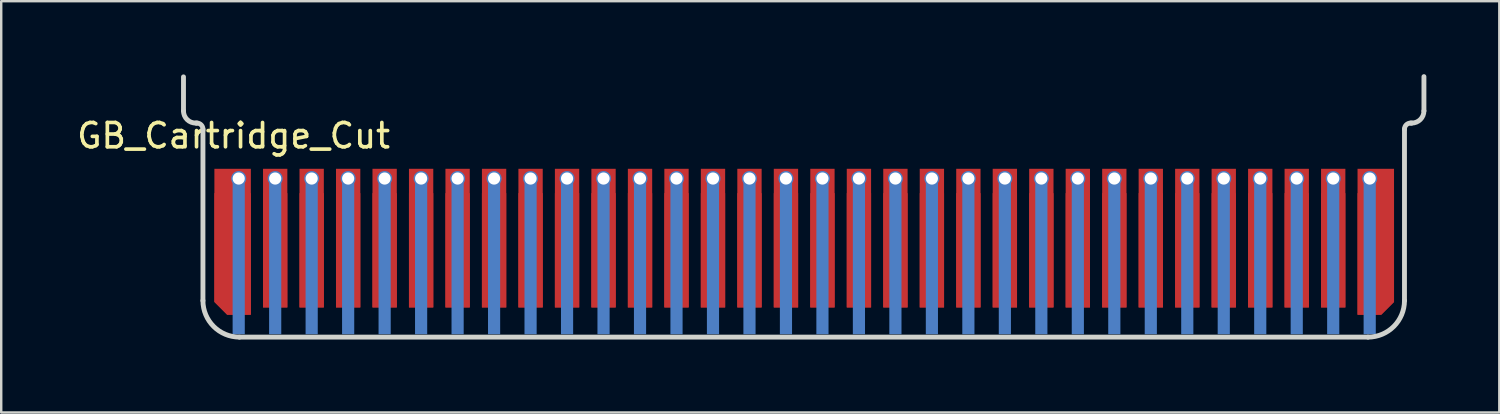
<source format=kicad_pcb>
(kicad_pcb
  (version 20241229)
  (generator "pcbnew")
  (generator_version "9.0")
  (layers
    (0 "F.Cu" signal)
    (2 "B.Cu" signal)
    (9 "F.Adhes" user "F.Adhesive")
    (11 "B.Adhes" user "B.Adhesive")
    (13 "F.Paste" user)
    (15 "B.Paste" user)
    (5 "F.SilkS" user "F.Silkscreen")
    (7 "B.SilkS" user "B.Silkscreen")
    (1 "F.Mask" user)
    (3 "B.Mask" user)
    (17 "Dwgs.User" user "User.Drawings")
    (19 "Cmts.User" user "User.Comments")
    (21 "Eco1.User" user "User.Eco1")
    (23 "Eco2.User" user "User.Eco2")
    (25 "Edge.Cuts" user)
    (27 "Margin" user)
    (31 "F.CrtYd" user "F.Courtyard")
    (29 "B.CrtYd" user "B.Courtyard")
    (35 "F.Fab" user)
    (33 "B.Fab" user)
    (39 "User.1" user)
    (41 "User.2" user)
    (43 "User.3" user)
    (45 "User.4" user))
  (footprint "GB_Cartridge_Cut"
    (layer "F.Cu")
    (at 30.014 6.74)
    (property "Reference" "GB_Cartridge_Cut" (at -23.46 -4.21 0) (unlocked yes) (layer "F.SilkS") (effects (font (size 1 1) (thickness 0.15))))
    (attr smd)
    (fp_poly (pts (xy -24.48 3.44) (xy -24.75 2.62) (xy -24.7 -1.85) (xy 24.7 -1.85) (xy 24.7 1.05) (xy 24.69 2.59) (xy 24.37 3.47) (xy 23.73 3.98) (xy -23.79 3.99)) (stroke (width 0) (type solid)) (fill yes) (layer "F.Mask"))
    (fp_rect (start -22.7 3.95) (end -22.3 -1.85) (stroke (width 0.01) (type solid)) (fill yes) (layer "B.Mask"))
    (fp_rect (start -21.2 3.95) (end -20.8 -1.85) (stroke (width 0.01) (type solid)) (fill yes) (layer "B.Mask"))
    (fp_rect (start -19.7 3.95) (end -19.3 -1.85) (stroke (width 0.01) (type solid)) (fill yes) (layer "B.Mask"))
    (fp_rect (start -18.2 3.95) (end -17.8 -1.85) (stroke (width 0.01) (type solid)) (fill yes) (layer "B.Mask"))
    (fp_rect (start -16.7 3.95) (end -16.3 -1.85) (stroke (width 0.01) (type solid)) (fill yes) (layer "B.Mask"))
    (fp_rect (start -15.2 3.95) (end -14.8 -1.85) (stroke (width 0.01) (type solid)) (fill yes) (layer "B.Mask"))
    (fp_rect (start -13.7 3.95) (end -13.3 -1.85) (stroke (width 0.01) (type solid)) (fill yes) (layer "B.Mask"))
    (fp_rect (start -12.2 3.95) (end -11.8 -1.85) (stroke (width 0.01) (type solid)) (fill yes) (layer "B.Mask"))
    (fp_rect (start -10.7 3.95) (end -10.3 -1.85) (stroke (width 0.01) (type solid)) (fill yes) (layer "B.Mask"))
    (fp_rect (start -9.2 3.95) (end -8.8 -1.85) (stroke (width 0.01) (type solid)) (fill yes) (layer "B.Mask"))
    (fp_rect (start -7.7 3.95) (end -7.3 -1.85) (stroke (width 0.01) (type solid)) (fill yes) (layer "B.Mask"))
    (fp_rect (start -6.2 3.95) (end -5.8 -1.85) (stroke (width 0.01) (type solid)) (fill yes) (layer "B.Mask"))
    (fp_rect (start -4.7 3.95) (end -4.3 -1.85) (stroke (width 0.01) (type solid)) (fill yes) (layer "B.Mask"))
    (fp_rect (start -3.2 3.95) (end -2.8 -1.85) (stroke (width 0.01) (type solid)) (fill yes) (layer "B.Mask"))
    (fp_rect (start -1.7 3.95) (end -1.3 -1.85) (stroke (width 0.01) (type solid)) (fill yes) (layer "B.Mask"))
    (fp_rect (start -0.2 3.95) (end 0.2 -1.85) (stroke (width 0.01) (type solid)) (fill yes) (layer "B.Mask"))
    (fp_rect (start 1.3 3.95) (end 1.7 -1.85) (stroke (width 0.01) (type solid)) (fill yes) (layer "B.Mask"))
    (fp_rect (start 2.8 3.95) (end 3.2 -1.85) (stroke (width 0.01) (type solid)) (fill yes) (layer "B.Mask"))
    (fp_rect (start 4.3 3.95) (end 4.7 -1.85) (stroke (width 0.01) (type solid)) (fill yes) (layer "B.Mask"))
    (fp_rect (start 5.8 3.95) (end 6.2 -1.85) (stroke (width 0.01) (type solid)) (fill yes) (layer "B.Mask"))
    (fp_rect (start 7.3 3.95) (end 7.7 -1.85) (stroke (width 0.01) (type solid)) (fill yes) (layer "B.Mask"))
    (fp_rect (start 8.8 3.95) (end 9.2 -1.85) (stroke (width 0.01) (type solid)) (fill yes) (layer "B.Mask"))
    (fp_rect (start 10.3 3.95) (end 10.7 -1.85) (stroke (width 0.01) (type solid)) (fill yes) (layer "B.Mask"))
    (fp_rect (start 11.8 3.95) (end 12.2 -1.85) (stroke (width 0.01) (type solid)) (fill yes) (layer "B.Mask"))
    (fp_rect (start 13.3 3.95) (end 13.7 -1.85) (stroke (width 0.01) (type solid)) (fill yes) (layer "B.Mask"))
    (fp_rect (start 14.8 3.95) (end 15.2 -1.85) (stroke (width 0.01) (type solid)) (fill yes) (layer "B.Mask"))
    (fp_rect (start 16.3 3.95) (end 16.7 -1.85) (stroke (width 0.01) (type solid)) (fill yes) (layer "B.Mask"))
    (fp_rect (start 17.8 3.95) (end 18.2 -1.85) (stroke (width 0.01) (type solid)) (fill yes) (layer "B.Mask"))
    (fp_rect (start 19.3 3.95) (end 19.7 -1.85) (stroke (width 0.01) (type solid)) (fill yes) (layer "B.Mask"))
    (fp_rect (start 20.8 3.95) (end 21.2 -1.85) (stroke (width 0.01) (type solid)) (fill yes) (layer "B.Mask"))
    (fp_rect (start 22.3 3.95) (end 22.7 -1.85) (stroke (width 0.01) (type solid)) (fill yes) (layer "B.Mask"))
    (fp_poly (pts (xy -24.75 2.64) (xy -24.49 3.42) (xy -23.8 3.95) (xy -23.8 -1.85) (xy -24.7 -1.85)) (stroke (width 0) (type solid)) (fill yes) (layer "B.Mask"))
    (fp_poly (pts (xy 24.71 2.61) (xy 24.45 3.44) (xy 23.8 3.95) (xy 23.8 -1.85) (xy 24.7 -1.85)) (stroke (width 0) (type solid)) (fill yes) (layer "B.Mask"))
    (fp_line (start -25.52 -6.63) (end -25.52 -5.23) (stroke (width 0.2) (type solid)) (layer "Edge.Cuts"))
    (fp_line (start -24.96 -4.73) (end -25.01 -4.73) (stroke (width 0.2) (type solid)) (layer "Edge.Cuts"))
    (fp_line (start -24.72 2.57) (end -24.72 -4.48) (stroke (width 0.2) (type solid)) (layer "Edge.Cuts"))
    (fp_line (start -23.22 4.07) (end 23.18 4.071) (stroke (width 0.2) (type solid)) (layer "Edge.Cuts"))
    (fp_line (start 24.68 2.57) (end 24.68 -4.48) (stroke (width 0.2) (type solid)) (layer "Edge.Cuts"))
    (fp_line (start 24.98 -4.73) (end 24.93 -4.73) (stroke (width 0.2) (type solid)) (layer "Edge.Cuts"))
    (fp_line (start 25.48 -5.23) (end 25.48 -6.64) (stroke (width 0.2) (type solid)) (layer "Edge.Cuts"))
    (fp_arc (start -25.01 -4.73) (mid -25.370047 -4.872569) (end -25.520107 -5.229559) (stroke (width 0.2) (type solid)) (layer "Edge.Cuts"))
    (fp_arc (start -24.96 -4.73) (mid -24.789543 -4.653072) (end -24.719781 -4.479559) (stroke (width 0.2) (type solid)) (layer "Edge.Cuts"))
    (fp_arc (start -23.22 4.07) (mid -24.280788 3.63097) (end -24.720437 2.570439) (stroke (width 0.2) (type solid)) (layer "Edge.Cuts"))
    (fp_arc (start 24.679561 -4.479559) (mid 24.752922 -4.656531) (end 24.929999 -4.729639) (stroke (width 0.2) (type solid)) (layer "Edge.Cuts"))
    (fp_arc (start 24.679576 2.570439) (mid 24.240548 3.631238) (end 23.180002 4.070876) (stroke (width 0.2) (type solid)) (layer "Edge.Cuts"))
    (fp_arc (start 25.4792 -5.229559) (mid 25.332997 -4.876456) (end 24.98 -4.73) (stroke (width 0.2) (type solid)) (layer "Edge.Cuts"))
    (pad "1" smd roundrect (at -23.5 0.15) (size 1.5 6) (layers "F.Cu" "F.Paste") (roundrect_rratio 0) (chamfer_ratio 0.35) (chamfer bottom_left))
    (pad "1" smd roundrect (at -23.5 0.65) (size 1.5 5) (layers "F.Cu" "F.Mask") (roundrect_rratio 0) (chamfer_ratio 0.35) (chamfer bottom_left))
    (pad "1" thru_hole circle (at -23.25 -2.45 180) (size 0.55 0.55) (drill 0.5) (layers "*.Cu" "*.Mask"))
    (pad "1" smd circle (at -23.25 -2.45) (size 0.62 0.62) (layers "B.Cu" "B.Paste"))
    (pad "1" smd rect (at -23.25 0.75) (size 0.5 6.4) (layers "B.Cu" "B.Paste"))
    (pad "2" thru_hole circle (at -21.75 -2.45 180) (size 0.55 0.55) (drill 0.5) (layers "*.Cu" "*.Mask"))
    (pad "2" smd circle (at -21.75 -2.45) (size 0.62 0.62) (layers "B.Cu" "B.Paste"))
    (pad "2" smd rect (at -21.75 0 180) (size 1 5.7) (layers "F.Cu" "F.Paste"))
    (pad "2" smd rect (at -21.75 0.5 180) (size 1 4.7) (layers "F.Cu" "F.Mask"))
    (pad "2" smd rect (at -21.75 0.75) (size 0.5 6.4) (layers "B.Cu" "B.Paste"))
    (pad "3" thru_hole circle (at -20.25 -2.45 180) (size 0.55 0.55) (drill 0.5) (layers "*.Cu" "*.Mask"))
    (pad "3" smd circle (at -20.25 -2.45) (size 0.62 0.62) (layers "B.Cu" "B.Paste"))
    (pad "3" smd rect (at -20.25 0 180) (size 1 5.7) (layers "F.Cu" "F.Paste"))
    (pad "3" smd rect (at -20.25 0.5 180) (size 1 4.7) (layers "F.Cu" "F.Mask"))
    (pad "3" smd rect (at -20.25 0.75) (size 0.5 6.4) (layers "B.Cu" "B.Paste"))
    (pad "4" thru_hole circle (at -18.75 -2.45 180) (size 0.55 0.55) (drill 0.5) (layers "*.Cu" "*.Mask"))
    (pad "4" smd circle (at -18.75 -2.45) (size 0.62 0.62) (layers "B.Cu" "B.Paste"))
    (pad "4" smd rect (at -18.75 0 180) (size 1 5.7) (layers "F.Cu" "F.Paste"))
    (pad "4" smd rect (at -18.75 0.5 180) (size 1 4.7) (layers "F.Cu" "F.Mask"))
    (pad "4" smd rect (at -18.75 0.75) (size 0.5 6.4) (layers "B.Cu" "B.Paste"))
    (pad "5" thru_hole circle (at -17.25 -2.45 180) (size 0.55 0.55) (drill 0.5) (layers "*.Cu" "*.Mask"))
    (pad "5" smd circle (at -17.25 -2.45) (size 0.62 0.62) (layers "B.Cu" "B.Paste"))
    (pad "5" smd rect (at -17.25 0 180) (size 1 5.7) (layers "F.Cu" "F.Paste"))
    (pad "5" smd rect (at -17.25 0.5 180) (size 1 4.7) (layers "F.Cu" "F.Mask"))
    (pad "5" smd rect (at -17.25 0.75) (size 0.5 6.4) (layers "B.Cu" "B.Paste"))
    (pad "6" thru_hole circle (at -15.75 -2.45 180) (size 0.55 0.55) (drill 0.5) (layers "*.Cu" "*.Mask"))
    (pad "6" smd circle (at -15.75 -2.45) (size 0.62 0.62) (layers "B.Cu" "B.Paste"))
    (pad "6" smd rect (at -15.75 0 180) (size 1 5.7) (layers "F.Cu" "F.Paste"))
    (pad "6" smd rect (at -15.75 0.5 180) (size 1 4.7) (layers "F.Cu" "F.Mask"))
    (pad "6" smd rect (at -15.75 0.75) (size 0.5 6.4) (layers "B.Cu" "B.Paste"))
    (pad "7" thru_hole circle (at -14.25 -2.45 180) (size 0.55 0.55) (drill 0.5) (layers "*.Cu" "*.Mask"))
    (pad "7" smd circle (at -14.25 -2.45) (size 0.62 0.62) (layers "B.Cu" "B.Paste"))
    (pad "7" smd rect (at -14.25 0 180) (size 1 5.7) (layers "F.Cu" "F.Paste"))
    (pad "7" smd rect (at -14.25 0.5 180) (size 1 4.7) (layers "F.Cu" "F.Mask"))
    (pad "7" smd rect (at -14.25 0.75) (size 0.5 6.4) (layers "B.Cu" "B.Paste"))
    (pad "8" thru_hole circle (at -12.75 -2.45 180) (size 0.55 0.55) (drill 0.5) (layers "*.Cu" "*.Mask"))
    (pad "8" smd circle (at -12.75 -2.45) (size 0.62 0.62) (layers "B.Cu" "B.Paste"))
    (pad "8" smd rect (at -12.75 0 180) (size 1 5.7) (layers "F.Cu" "F.Paste"))
    (pad "8" smd rect (at -12.75 0.5 180) (size 1 4.7) (layers "F.Cu" "F.Mask"))
    (pad "8" smd rect (at -12.75 0.75) (size 0.5 6.4) (layers "B.Cu" "B.Paste"))
    (pad "9" thru_hole circle (at -11.25 -2.45 180) (size 0.55 0.55) (drill 0.5) (layers "*.Cu" "*.Mask"))
    (pad "9" smd circle (at -11.25 -2.45) (size 0.62 0.62) (layers "B.Cu" "B.Paste"))
    (pad "9" smd rect (at -11.25 0 180) (size 1 5.7) (layers "F.Cu" "F.Paste"))
    (pad "9" smd rect (at -11.25 0.5 180) (size 1 4.7) (layers "F.Cu" "F.Mask"))
    (pad "9" smd rect (at -11.25 0.75) (size 0.5 6.4) (layers "B.Cu" "B.Paste"))
    (pad "10" thru_hole circle (at -9.75 -2.45 180) (size 0.55 0.55) (drill 0.5) (layers "*.Cu" "*.Mask"))
    (pad "10" smd circle (at -9.75 -2.45) (size 0.62 0.62) (layers "B.Cu" "B.Paste"))
    (pad "10" smd rect (at -9.75 0 180) (size 1 5.7) (layers "F.Cu" "F.Paste"))
    (pad "10" smd rect (at -9.75 0.5 180) (size 1 4.7) (layers "F.Cu" "F.Mask"))
    (pad "10" smd rect (at -9.75 0.75) (size 0.5 6.4) (layers "B.Cu" "B.Paste"))
    (pad "11" thru_hole circle (at -8.25 -2.45 180) (size 0.55 0.55) (drill 0.5) (layers "*.Cu" "*.Mask"))
    (pad "11" smd circle (at -8.25 -2.45) (size 0.62 0.62) (layers "B.Cu" "B.Paste"))
    (pad "11" smd rect (at -8.25 0 180) (size 1 5.7) (layers "F.Cu" "F.Paste"))
    (pad "11" smd rect (at -8.25 0.5 180) (size 1 4.7) (layers "F.Cu" "F.Mask"))
    (pad "11" smd rect (at -8.25 0.75) (size 0.5 6.4) (layers "B.Cu" "B.Paste"))
    (pad "12" thru_hole circle (at -6.75 -2.45 180) (size 0.55 0.55) (drill 0.5) (layers "*.Cu" "*.Mask"))
    (pad "12" smd circle (at -6.75 -2.45) (size 0.62 0.62) (layers "B.Cu" "B.Paste"))
    (pad "12" smd rect (at -6.75 0 180) (size 1 5.7) (layers "F.Cu" "F.Paste"))
    (pad "12" smd rect (at -6.75 0.5 180) (size 1 4.7) (layers "F.Cu" "F.Mask"))
    (pad "12" smd rect (at -6.75 0.75) (size 0.5 6.4) (layers "B.Cu" "B.Paste"))
    (pad "13" thru_hole circle (at -5.25 -2.45 180) (size 0.55 0.55) (drill 0.5) (layers "*.Cu" "*.Mask"))
    (pad "13" smd circle (at -5.25 -2.45) (size 0.62 0.62) (layers "B.Cu" "B.Paste"))
    (pad "13" smd rect (at -5.25 0 180) (size 1 5.7) (layers "F.Cu" "F.Paste"))
    (pad "13" smd rect (at -5.25 0.5 180) (size 1 4.7) (layers "F.Cu" "F.Mask"))
    (pad "13" smd rect (at -5.25 0.75) (size 0.5 6.4) (layers "B.Cu" "B.Paste"))
    (pad "14" thru_hole circle (at -3.75 -2.45 180) (size 0.55 0.55) (drill 0.5) (layers "*.Cu" "*.Mask"))
    (pad "14" smd circle (at -3.75 -2.45) (size 0.62 0.62) (layers "B.Cu" "B.Paste"))
    (pad "14" smd rect (at -3.75 0 180) (size 1 5.7) (layers "F.Cu" "F.Paste"))
    (pad "14" smd rect (at -3.75 0.5 180) (size 1 4.7) (layers "F.Cu" "F.Mask"))
    (pad "14" smd rect (at -3.75 0.75) (size 0.5 6.4) (layers "B.Cu" "B.Paste"))
    (pad "15" thru_hole circle (at -2.25 -2.45 180) (size 0.55 0.55) (drill 0.5) (layers "*.Cu" "*.Mask"))
    (pad "15" smd circle (at -2.25 -2.45) (size 0.62 0.62) (layers "B.Cu" "B.Paste"))
    (pad "15" smd rect (at -2.25 0 180) (size 1 5.7) (layers "F.Cu" "F.Paste"))
    (pad "15" smd rect (at -2.25 0.5 180) (size 1 4.7) (layers "F.Cu" "F.Mask"))
    (pad "15" smd rect (at -2.25 0.75) (size 0.5 6.4) (layers "B.Cu" "B.Paste"))
    (pad "16" thru_hole circle (at -0.75 -2.45 180) (size 0.55 0.55) (drill 0.5) (layers "*.Cu" "*.Mask"))
    (pad "16" smd circle (at -0.75 -2.45) (size 0.62 0.62) (layers "B.Cu" "B.Paste"))
    (pad "16" smd rect (at -0.75 0) (size 1 5.7) (layers "F.Cu" "F.Paste"))
    (pad "16" smd rect (at -0.75 0.5) (size 1 4.7) (layers "F.Cu" "F.Mask"))
    (pad "16" smd rect (at -0.75 0.75) (size 0.5 6.4) (layers "B.Cu" "B.Paste"))
    (pad "17" thru_hole circle (at 0.75 -2.45 180) (size 0.55 0.55) (drill 0.5) (layers "*.Cu" "*.Mask"))
    (pad "17" smd circle (at 0.75 -2.45) (size 0.62 0.62) (layers "B.Cu" "B.Paste"))
    (pad "17" smd rect (at 0.75 0 180) (size 1 5.7) (layers "F.Cu" "F.Paste"))
    (pad "17" smd rect (at 0.75 0.5 180) (size 1 4.7) (layers "F.Cu" "F.Mask"))
    (pad "17" smd rect (at 0.75 0.75) (size 0.5 6.4) (layers "B.Cu" "B.Paste"))
    (pad "18" thru_hole circle (at 2.25 -2.45 180) (size 0.55 0.55) (drill 0.5) (layers "*.Cu" "*.Mask"))
    (pad "18" smd circle (at 2.25 -2.45) (size 0.62 0.62) (layers "B.Cu" "B.Paste"))
    (pad "18" smd rect (at 2.25 0 180) (size 1 5.7) (layers "F.Cu" "F.Paste"))
    (pad "18" smd rect (at 2.25 0.5 180) (size 1 4.7) (layers "F.Cu" "F.Mask"))
    (pad "18" smd rect (at 2.25 0.75) (size 0.5 6.4) (layers "B.Cu" "B.Paste"))
    (pad "19" thru_hole circle (at 3.75 -2.45 180) (size 0.55 0.55) (drill 0.5) (layers "*.Cu" "*.Mask"))
    (pad "19" smd circle (at 3.75 -2.45) (size 0.62 0.62) (layers "B.Cu" "B.Paste"))
    (pad "19" smd rect (at 3.75 0 180) (size 1 5.7) (layers "F.Cu" "F.Paste"))
    (pad "19" smd rect (at 3.75 0.5 180) (size 1 4.7) (layers "F.Cu" "F.Mask"))
    (pad "19" smd rect (at 3.75 0.75) (size 0.5 6.4) (layers "B.Cu" "B.Paste"))
    (pad "20" thru_hole circle (at 5.25 -2.45 180) (size 0.55 0.55) (drill 0.5) (layers "*.Cu" "*.Mask"))
    (pad "20" smd circle (at 5.25 -2.45) (size 0.62 0.62) (layers "B.Cu" "B.Paste"))
    (pad "20" smd rect (at 5.25 0 180) (size 1 5.7) (layers "F.Cu" "F.Paste"))
    (pad "20" smd rect (at 5.25 0.5 180) (size 1 4.7) (layers "F.Cu" "F.Mask"))
    (pad "20" smd rect (at 5.25 0.75) (size 0.5 6.4) (layers "B.Cu" "B.Paste"))
    (pad "21" thru_hole circle (at 6.75 -2.45 180) (size 0.55 0.55) (drill 0.5) (layers "*.Cu" "*.Mask"))
    (pad "21" smd circle (at 6.75 -2.45) (size 0.62 0.62) (layers "B.Cu" "B.Paste"))
    (pad "21" smd rect (at 6.75 0 180) (size 1 5.7) (layers "F.Cu" "F.Paste"))
    (pad "21" smd rect (at 6.75 0.5 180) (size 1 4.7) (layers "F.Cu" "F.Mask"))
    (pad "21" smd rect (at 6.75 0.75) (size 0.5 6.4) (layers "B.Cu" "B.Paste"))
    (pad "22" thru_hole circle (at 8.25 -2.45 180) (size 0.55 0.55) (drill 0.5) (layers "*.Cu" "*.Mask"))
    (pad "22" smd circle (at 8.25 -2.45) (size 0.62 0.62) (layers "B.Cu" "B.Paste"))
    (pad "22" smd rect (at 8.25 0 180) (size 1 5.7) (layers "F.Cu" "F.Paste"))
    (pad "22" smd rect (at 8.25 0.5 180) (size 1 4.7) (layers "F.Cu" "F.Mask"))
    (pad "22" smd rect (at 8.25 0.75) (size 0.5 6.4) (layers "B.Cu" "B.Paste"))
    (pad "23" thru_hole circle (at 9.75 -2.45 180) (size 0.55 0.55) (drill 0.5) (layers "*.Cu" "*.Mask"))
    (pad "23" smd circle (at 9.75 -2.45) (size 0.62 0.62) (layers "B.Cu" "B.Paste"))
    (pad "23" smd rect (at 9.75 0 180) (size 1 5.7) (layers "F.Cu" "F.Paste"))
    (pad "23" smd rect (at 9.75 0.5 180) (size 1 4.7) (layers "F.Cu" "F.Mask"))
    (pad "23" smd rect (at 9.75 0.75) (size 0.5 6.4) (layers "B.Cu" "B.Paste"))
    (pad "24" thru_hole circle (at 11.25 -2.45 180) (size 0.55 0.55) (drill 0.5) (layers "*.Cu" "*.Mask"))
    (pad "24" smd circle (at 11.25 -2.45) (size 0.62 0.62) (layers "B.Cu" "B.Paste"))
    (pad "24" smd rect (at 11.25 0 180) (size 1 5.7) (layers "F.Cu" "F.Paste"))
    (pad "24" smd rect (at 11.25 0.5 180) (size 1 4.7) (layers "F.Cu" "F.Mask"))
    (pad "24" smd rect (at 11.25 0.75) (size 0.5 6.4) (layers "B.Cu" "B.Paste"))
    (pad "25" thru_hole circle (at 12.75 -2.45 180) (size 0.55 0.55) (drill 0.5) (layers "*.Cu" "*.Mask"))
    (pad "25" smd circle (at 12.75 -2.45) (size 0.62 0.62) (layers "B.Cu" "B.Paste"))
    (pad "25" smd rect (at 12.75 0 180) (size 1 5.7) (layers "F.Cu" "F.Paste"))
    (pad "25" smd rect (at 12.75 0.5 180) (size 1 4.7) (layers "F.Cu" "F.Mask"))
    (pad "25" smd rect (at 12.75 0.75) (size 0.5 6.4) (layers "B.Cu" "B.Paste"))
    (pad "26" thru_hole circle (at 14.25 -2.45 180) (size 0.55 0.55) (drill 0.5) (layers "*.Cu" "*.Mask"))
    (pad "26" smd circle (at 14.25 -2.45) (size 0.62 0.62) (layers "B.Cu" "B.Paste"))
    (pad "26" smd rect (at 14.25 0 180) (size 1 5.7) (layers "F.Cu" "F.Paste"))
    (pad "26" smd rect (at 14.25 0.5 180) (size 1 4.7) (layers "F.Cu" "F.Mask"))
    (pad "26" smd rect (at 14.25 0.75) (size 0.5 6.4) (layers "B.Cu" "B.Paste"))
    (pad "27" thru_hole circle (at 15.75 -2.45 180) (size 0.55 0.55) (drill 0.5) (layers "*.Cu" "*.Mask"))
    (pad "27" smd circle (at 15.75 -2.45) (size 0.62 0.62) (layers "B.Cu" "B.Paste"))
    (pad "27" smd rect (at 15.75 0 180) (size 1 5.7) (layers "F.Cu" "F.Paste"))
    (pad "27" smd rect (at 15.75 0.5 180) (size 1 4.7) (layers "F.Cu" "F.Mask"))
    (pad "27" smd rect (at 15.75 0.75) (size 0.5 6.4) (layers "B.Cu" "B.Paste"))
    (pad "28" thru_hole circle (at 17.25 -2.45 180) (size 0.55 0.55) (drill 0.5) (layers "*.Cu" "*.Mask"))
    (pad "28" smd circle (at 17.25 -2.45) (size 0.62 0.62) (layers "B.Cu" "B.Paste"))
    (pad "28" smd rect (at 17.25 0 180) (size 1 5.7) (layers "F.Cu" "F.Paste"))
    (pad "28" smd rect (at 17.25 0.5 180) (size 1 4.7) (layers "F.Cu" "F.Mask"))
    (pad "28" smd rect (at 17.25 0.75) (size 0.5 6.4) (layers "B.Cu" "B.Paste"))
    (pad "29" thru_hole circle (at 18.75 -2.45 180) (size 0.55 0.55) (drill 0.5) (layers "*.Cu" "*.Mask"))
    (pad "29" smd circle (at 18.75 -2.45) (size 0.62 0.62) (layers "B.Cu" "B.Paste"))
    (pad "29" smd rect (at 18.75 0 180) (size 1 5.7) (layers "F.Cu" "F.Paste"))
    (pad "29" smd rect (at 18.75 0.5 180) (size 1 4.7) (layers "F.Cu" "F.Mask"))
    (pad "29" smd rect (at 18.75 0.75) (size 0.5 6.4) (layers "B.Cu" "B.Paste"))
    (pad "30" thru_hole circle (at 20.25 -2.45 180) (size 0.55 0.55) (drill 0.5) (layers "*.Cu" "*.Mask"))
    (pad "30" smd circle (at 20.25 -2.45) (size 0.62 0.62) (layers "B.Cu" "B.Paste"))
    (pad "30" smd rect (at 20.25 0 180) (size 1 5.7) (layers "F.Cu" "F.Paste"))
    (pad "30" smd rect (at 20.25 0.5 180) (size 1 4.7) (layers "F.Cu" "F.Mask"))
    (pad "30" smd rect (at 20.25 0.75) (size 0.5 6.4) (layers "B.Cu" "B.Paste"))
    (pad "31" thru_hole circle (at 21.75 -2.45 180) (size 0.55 0.55) (drill 0.5) (layers "*.Cu" "*.Mask"))
    (pad "31" smd circle (at 21.75 -2.45) (size 0.62 0.62) (layers "B.Cu" "B.Paste"))
    (pad "31" smd rect (at 21.75 0 180) (size 1 5.7) (layers "F.Cu" "F.Paste"))
    (pad "31" smd rect (at 21.75 0.5 180) (size 1 4.7) (layers "F.Cu" "F.Mask"))
    (pad "31" smd rect (at 21.75 0.75) (size 0.5 6.4) (layers "B.Cu" "B.Paste"))
    (pad "32" thru_hole circle (at 23.25 -2.45 180) (size 0.55 0.55) (drill 0.5) (layers "*.Cu" "*.Mask"))
    (pad "32" smd circle (at 23.25 -2.45) (size 0.62 0.62) (layers "B.Cu" "B.Paste"))
    (pad "32" smd rect (at 23.25 0.75) (size 0.5 6.4) (layers "B.Cu" "B.Paste"))
    (pad "32" smd roundrect (at 23.5 0.15) (size 1.5 6) (layers "F.Cu" "F.Paste") (roundrect_rratio 0) (chamfer_ratio 0.35) (chamfer bottom_right))
    (pad "32" smd roundrect (at 23.5 0.65) (size 1.5 5) (layers "F.Cu" "F.Mask" "F.Paste") (roundrect_rratio 0) (chamfer_ratio 0.35) (chamfer bottom_right)))
  (gr_rect
    (start -3 -3)
    (end 58.593 13.91)
    (stroke (width 0.1) (type default))
    (fill no)
    (layer "Edge.Cuts")))
</source>
